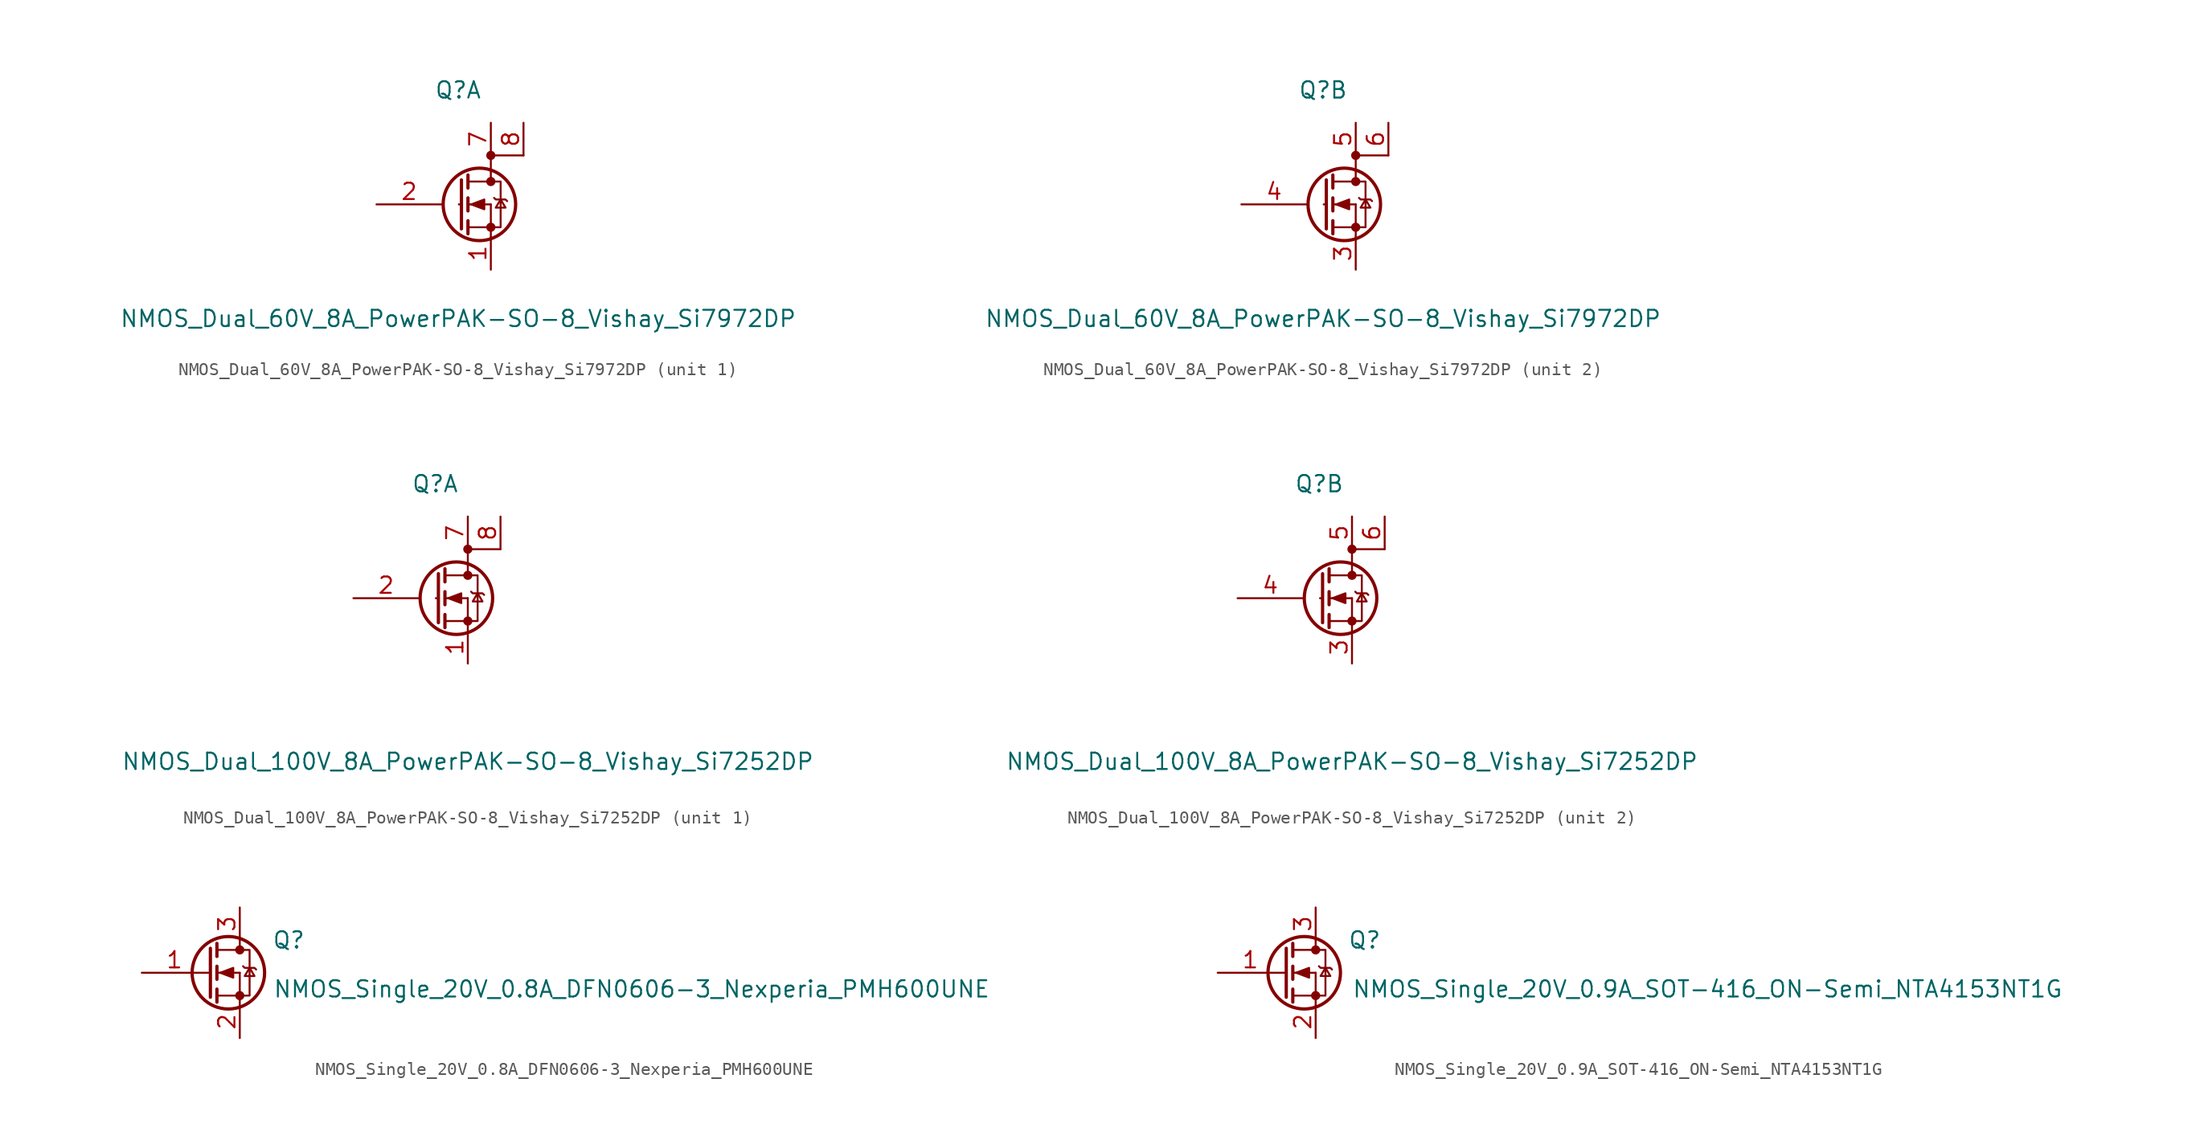
<source format=kicad_sym>
(kicad_symbol_lib
  (version 20211014)
  (generator kicad_symbol_editor)
  (symbol "NMOS_Dual_60V_8A_PowerPAK-SO-8_Vishay_Si7972DP"
    (pin_names
      (offset 1.27) hide)
    (property "Reference" "Q"
      (at 0 8.89 0)
      (effects (font (size 1.27 1.27))))
    (property "Value" "NMOS_Dual_60V_8A_PowerPAK-SO-8_Vishay_Si7972DP"
      (at 0 -8.89 0)
      (effects (font (size 1.27 1.27))))
    (property "ki_locked" ""
      (at 0 0 0)
      (effects (font (size 1.27 1.27))))
    (symbol "NMOS_Dual_60V_8A_PowerPAK-SO-8_Vishay_Si7972DP_1_1"
      (polyline (pts (xy 0.051 0) (xy 0.254 0)) (stroke (width 0) (type default) (color 0 0 0 0)) (fill (type none)))
      (polyline (pts (xy 0.762 -1.778) (xy 2.54 -1.778)) (stroke (width 0) (type default) (color 0 0 0 0)) (fill (type none)))
      (polyline (pts (xy 0.762 -1.27) (xy 0.762 -2.286)) (stroke (width 0.254) (type default) (color 0 0 0 0)) (fill (type none)))
      (polyline (pts (xy 0.762 0) (xy 2.54 0)) (stroke (width 0) (type default) (color 0 0 0 0)) (fill (type none)))
      (polyline (pts (xy 0.762 0.508) (xy 0.762 -0.508)) (stroke (width 0.254) (type default) (color 0 0 0 0)) (fill (type none)))
      (polyline (pts (xy 0.762 1.778) (xy 2.54 1.778)) (stroke (width 0) (type default) (color 0 0 0 0)) (fill (type none)))
      (polyline (pts (xy 0.762 2.286) (xy 0.762 1.27)) (stroke (width 0.254) (type default) (color 0 0 0 0)) (fill (type none)))
      (polyline (pts (xy 2.54 -1.778) (xy 2.54 -2.54)) (stroke (width 0) (type default) (color 0 0 0 0)) (fill (type none)))
      (polyline (pts (xy 2.54 -1.778) (xy 2.54 0)) (stroke (width 0) (type default) (color 0 0 0 0)) (fill (type none)))
      (polyline (pts (xy 2.54 2.54) (xy 2.54 1.778)) (stroke (width 0) (type default) (color 0 0 0 0)) (fill (type none)))
      (polyline (pts (xy 0.254 1.905) (xy 0.254 -1.905) (xy 0.254 -1.905)) (stroke (width 0.254) (type default) (color 0 0 0 0)) (fill (type none)))
      (polyline (pts (xy 1.016 0) (xy 2.032 0.381) (xy 2.032 -0.381) (xy 1.016 0)) (stroke (width 0) (type default) (color 0 0 0 0)) (fill (type outline)))
      (polyline (pts (xy 2.54 -1.778) (xy 3.302 -1.778) (xy 3.302 1.778) (xy 2.54 1.778)) (stroke (width 0) (type default) (color 0 0 0 0)) (fill (type none)))
      (polyline (pts (xy 2.794 0.508) (xy 2.921 0.381) (xy 3.683 0.381) (xy 3.81 0.254)) (stroke (width 0) (type default) (color 0 0 0 0)) (fill (type none)))
      (polyline (pts (xy 3.302 0.381) (xy 2.921 -0.254) (xy 3.683 -0.254) (xy 3.302 0.381)) (stroke (width 0) (type default) (color 0 0 0 0)) (fill (type none)))
      (polyline (pts (xy 5.08 3.81) (xy 2.54 3.81) (xy 2.54 2.54) (xy 2.54 3.81)) (stroke (width 0) (type default) (color 0 0 0 0)) (fill (type none)))
      (circle (center 1.651 0) (radius 2.819) (stroke (width 0.254) (type default) (color 0 0 0 0)) (fill (type none)))
      (circle (center 2.54 -1.778) (radius 0.279) (stroke (width 0) (type default) (color 0 0 0 0)) (fill (type outline)))
      (circle (center 2.54 1.778) (radius 0.279) (stroke (width 0) (type default) (color 0 0 0 0)) (fill (type outline)))
      (circle (center 2.54 3.81) (radius 0.279) (stroke (width 0) (type default) (color 0 0 0 0)) (fill (type outline)))
      (pin passive line (at 2.54 -5.08 90) (length 2.54) (name "S1" (effects (font (size 1.27 1.27)))) (number "1" (effects (font (size 1.27 1.27)))))
      (pin input line (at -6.35 0 0) (length 5.08) (name "G1" (effects (font (size 1.27 1.27)))) (number "2" (effects (font (size 1.27 1.27)))))
      (pin passive line (at 2.54 6.35 270) (length 2.54) (name "D1_1" (effects (font (size 1.27 1.27)))) (number "7" (effects (font (size 1.27 1.27)))))
      (pin passive line (at 5.08 6.35 270) (length 2.54) (name "D1_2" (effects (font (size 1.27 1.27)))) (number "8" (effects (font (size 1.27 1.27))))))
    (symbol "NMOS_Dual_60V_8A_PowerPAK-SO-8_Vishay_Si7972DP_2_1"
      (polyline (pts (xy 0.051 0) (xy 0.254 0)) (stroke (width 0) (type default) (color 0 0 0 0)) (fill (type none)))
      (polyline (pts (xy 0.762 -1.778) (xy 2.54 -1.778)) (stroke (width 0) (type default) (color 0 0 0 0)) (fill (type none)))
      (polyline (pts (xy 0.762 -1.27) (xy 0.762 -2.286)) (stroke (width 0.254) (type default) (color 0 0 0 0)) (fill (type none)))
      (polyline (pts (xy 0.762 0) (xy 2.54 0)) (stroke (width 0) (type default) (color 0 0 0 0)) (fill (type none)))
      (polyline (pts (xy 0.762 0.508) (xy 0.762 -0.508)) (stroke (width 0.254) (type default) (color 0 0 0 0)) (fill (type none)))
      (polyline (pts (xy 0.762 1.778) (xy 2.54 1.778)) (stroke (width 0) (type default) (color 0 0 0 0)) (fill (type none)))
      (polyline (pts (xy 0.762 2.286) (xy 0.762 1.27)) (stroke (width 0.254) (type default) (color 0 0 0 0)) (fill (type none)))
      (polyline (pts (xy 2.54 -1.778) (xy 2.54 -2.54)) (stroke (width 0) (type default) (color 0 0 0 0)) (fill (type none)))
      (polyline (pts (xy 2.54 -1.778) (xy 2.54 0)) (stroke (width 0) (type default) (color 0 0 0 0)) (fill (type none)))
      (polyline (pts (xy 2.54 2.54) (xy 2.54 1.778)) (stroke (width 0) (type default) (color 0 0 0 0)) (fill (type none)))
      (polyline (pts (xy 0.254 1.905) (xy 0.254 -1.905) (xy 0.254 -1.905)) (stroke (width 0.254) (type default) (color 0 0 0 0)) (fill (type none)))
      (polyline (pts (xy 1.016 0) (xy 2.032 0.381) (xy 2.032 -0.381) (xy 1.016 0)) (stroke (width 0) (type default) (color 0 0 0 0)) (fill (type outline)))
      (polyline (pts (xy 2.54 -1.778) (xy 3.302 -1.778) (xy 3.302 1.778) (xy 2.54 1.778)) (stroke (width 0) (type default) (color 0 0 0 0)) (fill (type none)))
      (polyline (pts (xy 2.794 0.508) (xy 2.921 0.381) (xy 3.683 0.381) (xy 3.81 0.254)) (stroke (width 0) (type default) (color 0 0 0 0)) (fill (type none)))
      (polyline (pts (xy 3.302 0.381) (xy 2.921 -0.254) (xy 3.683 -0.254) (xy 3.302 0.381)) (stroke (width 0) (type default) (color 0 0 0 0)) (fill (type none)))
      (polyline (pts (xy 5.08 3.81) (xy 2.54 3.81) (xy 2.54 2.54) (xy 2.54 3.81)) (stroke (width 0) (type default) (color 0 0 0 0)) (fill (type none)))
      (circle (center 1.651 0) (radius 2.819) (stroke (width 0.254) (type default) (color 0 0 0 0)) (fill (type none)))
      (circle (center 2.54 -1.778) (radius 0.279) (stroke (width 0) (type default) (color 0 0 0 0)) (fill (type outline)))
      (circle (center 2.54 1.778) (radius 0.279) (stroke (width 0) (type default) (color 0 0 0 0)) (fill (type outline)))
      (circle (center 2.54 3.81) (radius 0.279) (stroke (width 0) (type default) (color 0 0 0 0)) (fill (type outline)))
      (pin passive line (at 2.54 -5.08 90) (length 2.54) (name "S2" (effects (font (size 1.27 1.27)))) (number "3" (effects (font (size 1.27 1.27)))))
      (pin input line (at -6.35 0 0) (length 5.08) (name "G2" (effects (font (size 1.27 1.27)))) (number "4" (effects (font (size 1.27 1.27)))))
      (pin passive line (at 2.54 6.35 270) (length 2.54) (name "D2_1" (effects (font (size 1.27 1.27)))) (number "5" (effects (font (size 1.27 1.27)))))
      (pin passive line (at 5.08 6.35 270) (length 2.54) (name "D2_2" (effects (font (size 1.27 1.27)))) (number "6" (effects (font (size 1.27 1.27)))))))
  (symbol "NMOS_Dual_100V_8A_PowerPAK-SO-8_Vishay_Si7252DP"
    (pin_names
      (offset 1.27) hide)
    (property "Reference" "Q"
      (at 0 8.89 0)
      (effects (font (size 1.27 1.27))))
    (property "Value" "NMOS_Dual_100V_8A_PowerPAK-SO-8_Vishay_Si7252DP"
      (at 2.54 -12.7 0)
      (effects (font (size 1.27 1.27))))
    (property "ki_locked" ""
      (at 0 0 0)
      (effects (font (size 1.27 1.27))))
    (symbol "NMOS_Dual_100V_8A_PowerPAK-SO-8_Vishay_Si7252DP_1_1"
      (polyline (pts (xy 0.051 0) (xy 0.254 0)) (stroke (width 0) (type default) (color 0 0 0 0)) (fill (type none)))
      (polyline (pts (xy 0.762 -1.778) (xy 2.54 -1.778)) (stroke (width 0) (type default) (color 0 0 0 0)) (fill (type none)))
      (polyline (pts (xy 0.762 -1.27) (xy 0.762 -2.286)) (stroke (width 0.254) (type default) (color 0 0 0 0)) (fill (type none)))
      (polyline (pts (xy 0.762 0) (xy 2.54 0)) (stroke (width 0) (type default) (color 0 0 0 0)) (fill (type none)))
      (polyline (pts (xy 0.762 0.508) (xy 0.762 -0.508)) (stroke (width 0.254) (type default) (color 0 0 0 0)) (fill (type none)))
      (polyline (pts (xy 0.762 1.778) (xy 2.54 1.778)) (stroke (width 0) (type default) (color 0 0 0 0)) (fill (type none)))
      (polyline (pts (xy 0.762 2.286) (xy 0.762 1.27)) (stroke (width 0.254) (type default) (color 0 0 0 0)) (fill (type none)))
      (polyline (pts (xy 2.54 -1.778) (xy 2.54 -2.54)) (stroke (width 0) (type default) (color 0 0 0 0)) (fill (type none)))
      (polyline (pts (xy 2.54 -1.778) (xy 2.54 0)) (stroke (width 0) (type default) (color 0 0 0 0)) (fill (type none)))
      (polyline (pts (xy 2.54 2.54) (xy 2.54 1.778)) (stroke (width 0) (type default) (color 0 0 0 0)) (fill (type none)))
      (polyline (pts (xy 0.254 1.905) (xy 0.254 -1.905) (xy 0.254 -1.905)) (stroke (width 0.254) (type default) (color 0 0 0 0)) (fill (type none)))
      (polyline (pts (xy 1.016 0) (xy 2.032 0.381) (xy 2.032 -0.381) (xy 1.016 0)) (stroke (width 0) (type default) (color 0 0 0 0)) (fill (type outline)))
      (polyline (pts (xy 2.54 -1.778) (xy 3.302 -1.778) (xy 3.302 1.778) (xy 2.54 1.778)) (stroke (width 0) (type default) (color 0 0 0 0)) (fill (type none)))
      (polyline (pts (xy 2.794 0.508) (xy 2.921 0.381) (xy 3.683 0.381) (xy 3.81 0.254)) (stroke (width 0) (type default) (color 0 0 0 0)) (fill (type none)))
      (polyline (pts (xy 3.302 0.381) (xy 2.921 -0.254) (xy 3.683 -0.254) (xy 3.302 0.381)) (stroke (width 0) (type default) (color 0 0 0 0)) (fill (type none)))
      (polyline (pts (xy 5.08 3.81) (xy 2.54 3.81) (xy 2.54 2.54) (xy 2.54 3.81)) (stroke (width 0) (type default) (color 0 0 0 0)) (fill (type none)))
      (circle (center 1.651 0) (radius 2.819) (stroke (width 0.254) (type default) (color 0 0 0 0)) (fill (type none)))
      (circle (center 2.54 -1.778) (radius 0.279) (stroke (width 0) (type default) (color 0 0 0 0)) (fill (type outline)))
      (circle (center 2.54 1.778) (radius 0.279) (stroke (width 0) (type default) (color 0 0 0 0)) (fill (type outline)))
      (circle (center 2.54 3.81) (radius 0.279) (stroke (width 0) (type default) (color 0 0 0 0)) (fill (type outline)))
      (pin passive line (at 2.54 -5.08 90) (length 2.54) (name "S1" (effects (font (size 1.27 1.27)))) (number "1" (effects (font (size 1.27 1.27)))))
      (pin input line (at -6.35 0 0) (length 5.08) (name "G1" (effects (font (size 1.27 1.27)))) (number "2" (effects (font (size 1.27 1.27)))))
      (pin passive line (at 2.54 6.35 270) (length 2.54) (name "D1_1" (effects (font (size 1.27 1.27)))) (number "7" (effects (font (size 1.27 1.27)))))
      (pin passive line (at 5.08 6.35 270) (length 2.54) (name "D1_2" (effects (font (size 1.27 1.27)))) (number "8" (effects (font (size 1.27 1.27))))))
    (symbol "NMOS_Dual_100V_8A_PowerPAK-SO-8_Vishay_Si7252DP_2_1"
      (polyline (pts (xy 0.051 0) (xy 0.254 0)) (stroke (width 0) (type default) (color 0 0 0 0)) (fill (type none)))
      (polyline (pts (xy 0.762 -1.778) (xy 2.54 -1.778)) (stroke (width 0) (type default) (color 0 0 0 0)) (fill (type none)))
      (polyline (pts (xy 0.762 -1.27) (xy 0.762 -2.286)) (stroke (width 0.254) (type default) (color 0 0 0 0)) (fill (type none)))
      (polyline (pts (xy 0.762 0) (xy 2.54 0)) (stroke (width 0) (type default) (color 0 0 0 0)) (fill (type none)))
      (polyline (pts (xy 0.762 0.508) (xy 0.762 -0.508)) (stroke (width 0.254) (type default) (color 0 0 0 0)) (fill (type none)))
      (polyline (pts (xy 0.762 1.778) (xy 2.54 1.778)) (stroke (width 0) (type default) (color 0 0 0 0)) (fill (type none)))
      (polyline (pts (xy 0.762 2.286) (xy 0.762 1.27)) (stroke (width 0.254) (type default) (color 0 0 0 0)) (fill (type none)))
      (polyline (pts (xy 2.54 -1.778) (xy 2.54 -2.54)) (stroke (width 0) (type default) (color 0 0 0 0)) (fill (type none)))
      (polyline (pts (xy 2.54 -1.778) (xy 2.54 0)) (stroke (width 0) (type default) (color 0 0 0 0)) (fill (type none)))
      (polyline (pts (xy 2.54 2.54) (xy 2.54 1.778)) (stroke (width 0) (type default) (color 0 0 0 0)) (fill (type none)))
      (polyline (pts (xy 0.254 1.905) (xy 0.254 -1.905) (xy 0.254 -1.905)) (stroke (width 0.254) (type default) (color 0 0 0 0)) (fill (type none)))
      (polyline (pts (xy 1.016 0) (xy 2.032 0.381) (xy 2.032 -0.381) (xy 1.016 0)) (stroke (width 0) (type default) (color 0 0 0 0)) (fill (type outline)))
      (polyline (pts (xy 2.54 -1.778) (xy 3.302 -1.778) (xy 3.302 1.778) (xy 2.54 1.778)) (stroke (width 0) (type default) (color 0 0 0 0)) (fill (type none)))
      (polyline (pts (xy 2.794 0.508) (xy 2.921 0.381) (xy 3.683 0.381) (xy 3.81 0.254)) (stroke (width 0) (type default) (color 0 0 0 0)) (fill (type none)))
      (polyline (pts (xy 3.302 0.381) (xy 2.921 -0.254) (xy 3.683 -0.254) (xy 3.302 0.381)) (stroke (width 0) (type default) (color 0 0 0 0)) (fill (type none)))
      (polyline (pts (xy 5.08 3.81) (xy 2.54 3.81) (xy 2.54 2.54) (xy 2.54 3.81)) (stroke (width 0) (type default) (color 0 0 0 0)) (fill (type none)))
      (circle (center 1.651 0) (radius 2.819) (stroke (width 0.254) (type default) (color 0 0 0 0)) (fill (type none)))
      (circle (center 2.54 -1.778) (radius 0.279) (stroke (width 0) (type default) (color 0 0 0 0)) (fill (type outline)))
      (circle (center 2.54 1.778) (radius 0.279) (stroke (width 0) (type default) (color 0 0 0 0)) (fill (type outline)))
      (circle (center 2.54 3.81) (radius 0.279) (stroke (width 0) (type default) (color 0 0 0 0)) (fill (type outline)))
      (pin passive line (at 2.54 -5.08 90) (length 2.54) (name "S2" (effects (font (size 1.27 1.27)))) (number "3" (effects (font (size 1.27 1.27)))))
      (pin input line (at -6.35 0 0) (length 5.08) (name "G2" (effects (font (size 1.27 1.27)))) (number "4" (effects (font (size 1.27 1.27)))))
      (pin passive line (at 2.54 6.35 270) (length 2.54) (name "D2_1" (effects (font (size 1.27 1.27)))) (number "5" (effects (font (size 1.27 1.27)))))
      (pin passive line (at 5.08 6.35 270) (length 2.54) (name "D2_2" (effects (font (size 1.27 1.27)))) (number "6" (effects (font (size 1.27 1.27)))))))
  (symbol "NMOS_Single_20V_0.8A_DFN0606-3_Nexperia_PMH600UNE"
    (pin_names
      (offset 1.27) hide)
    (property "Reference" "Q"
      (at 6.35 2.54 0)
      (effects (font (size 1.27 1.27))))
    (property "Value" "NMOS_Single_20V_0.8A_DFN0606-3_Nexperia_PMH600UNE"
      (at 33.02 -1.27 0)
      (effects (font (size 1.27 1.27))))
    (symbol "NMOS_Single_20V_0.8A_DFN0606-3_Nexperia_PMH600UNE_1_1"
      (polyline (pts (xy 0.051 0) (xy 0.254 0)) (stroke (width 0) (type default) (color 0 0 0 0)) (fill (type none)))
      (polyline (pts (xy 0.762 -1.778) (xy 2.54 -1.778)) (stroke (width 0) (type default) (color 0 0 0 0)) (fill (type none)))
      (polyline (pts (xy 0.762 -1.27) (xy 0.762 -2.286)) (stroke (width 0.254) (type default) (color 0 0 0 0)) (fill (type none)))
      (polyline (pts (xy 0.762 0) (xy 2.54 0)) (stroke (width 0) (type default) (color 0 0 0 0)) (fill (type none)))
      (polyline (pts (xy 0.762 0.508) (xy 0.762 -0.508)) (stroke (width 0.254) (type default) (color 0 0 0 0)) (fill (type none)))
      (polyline (pts (xy 0.762 1.778) (xy 2.54 1.778)) (stroke (width 0) (type default) (color 0 0 0 0)) (fill (type none)))
      (polyline (pts (xy 0.762 2.286) (xy 0.762 1.27)) (stroke (width 0.254) (type default) (color 0 0 0 0)) (fill (type none)))
      (polyline (pts (xy 2.54 -1.778) (xy 2.54 -2.54)) (stroke (width 0) (type default) (color 0 0 0 0)) (fill (type none)))
      (polyline (pts (xy 2.54 -1.778) (xy 2.54 0)) (stroke (width 0) (type default) (color 0 0 0 0)) (fill (type none)))
      (polyline (pts (xy 2.54 2.54) (xy 2.54 1.778)) (stroke (width 0) (type default) (color 0 0 0 0)) (fill (type none)))
      (polyline (pts (xy 0.254 1.905) (xy 0.254 -1.905) (xy 0.254 -1.905)) (stroke (width 0.254) (type default) (color 0 0 0 0)) (fill (type none)))
      (polyline (pts (xy 1.016 0) (xy 2.032 0.381) (xy 2.032 -0.381) (xy 1.016 0)) (stroke (width 0) (type default) (color 0 0 0 0)) (fill (type outline)))
      (polyline (pts (xy 2.54 -1.778) (xy 3.302 -1.778) (xy 3.302 1.778) (xy 2.54 1.778)) (stroke (width 0) (type default) (color 0 0 0 0)) (fill (type none)))
      (polyline (pts (xy 2.794 0.508) (xy 2.921 0.381) (xy 3.683 0.381) (xy 3.81 0.254)) (stroke (width 0) (type default) (color 0 0 0 0)) (fill (type none)))
      (polyline (pts (xy 3.302 0.381) (xy 2.921 -0.254) (xy 3.683 -0.254) (xy 3.302 0.381)) (stroke (width 0) (type default) (color 0 0 0 0)) (fill (type none)))
      (circle (center 1.651 0) (radius 2.819) (stroke (width 0.254) (type default) (color 0 0 0 0)) (fill (type none)))
      (circle (center 2.54 -1.778) (radius 0.279) (stroke (width 0) (type default) (color 0 0 0 0)) (fill (type outline)))
      (circle (center 2.54 1.778) (radius 0.279) (stroke (width 0) (type default) (color 0 0 0 0)) (fill (type outline)))
      (pin input line (at -5.08 0 0) (length 5.08) (name "G" (effects (font (size 1.27 1.27)))) (number "1" (effects (font (size 1.27 1.27)))))
      (pin passive line (at 2.54 -5.08 90) (length 2.54) (name "S" (effects (font (size 1.27 1.27)))) (number "2" (effects (font (size 1.27 1.27)))))
      (pin passive line (at 2.54 5.08 270) (length 2.54) (name "D" (effects (font (size 1.27 1.27)))) (number "3" (effects (font (size 1.27 1.27)))))))
  (symbol "NMOS_Single_20V_0.9A_SOT-416_ON-Semi_NTA4153NT1G"
    (pin_names
      (offset 1.27) hide)
    (property "Reference" "Q"
      (at 6.35 2.54 0)
      (effects (font (size 1.27 1.27))))
    (property "Value" "NMOS_Single_20V_0.9A_SOT-416_ON-Semi_NTA4153NT1G"
      (at 33.02 -1.27 0)
      (effects (font (size 1.27 1.27))))
    (symbol "NMOS_Single_20V_0.9A_SOT-416_ON-Semi_NTA4153NT1G_1_1"
      (polyline (pts (xy 0.051 0) (xy 0.254 0)) (stroke (width 0) (type default) (color 0 0 0 0)) (fill (type none)))
      (polyline (pts (xy 0.762 -1.778) (xy 2.54 -1.778)) (stroke (width 0) (type default) (color 0 0 0 0)) (fill (type none)))
      (polyline (pts (xy 0.762 -1.27) (xy 0.762 -2.286)) (stroke (width 0.254) (type default) (color 0 0 0 0)) (fill (type none)))
      (polyline (pts (xy 0.762 0) (xy 2.54 0)) (stroke (width 0) (type default) (color 0 0 0 0)) (fill (type none)))
      (polyline (pts (xy 0.762 0.508) (xy 0.762 -0.508)) (stroke (width 0.254) (type default) (color 0 0 0 0)) (fill (type none)))
      (polyline (pts (xy 0.762 1.778) (xy 2.54 1.778)) (stroke (width 0) (type default) (color 0 0 0 0)) (fill (type none)))
      (polyline (pts (xy 0.762 2.286) (xy 0.762 1.27)) (stroke (width 0.254) (type default) (color 0 0 0 0)) (fill (type none)))
      (polyline (pts (xy 2.54 -1.778) (xy 2.54 -2.54)) (stroke (width 0) (type default) (color 0 0 0 0)) (fill (type none)))
      (polyline (pts (xy 2.54 -1.778) (xy 2.54 0)) (stroke (width 0) (type default) (color 0 0 0 0)) (fill (type none)))
      (polyline (pts (xy 2.54 2.54) (xy 2.54 1.778)) (stroke (width 0) (type default) (color 0 0 0 0)) (fill (type none)))
      (polyline (pts (xy 0.254 1.905) (xy 0.254 -1.905) (xy 0.254 -1.905)) (stroke (width 0.254) (type default) (color 0 0 0 0)) (fill (type none)))
      (polyline (pts (xy 1.016 0) (xy 2.032 0.381) (xy 2.032 -0.381) (xy 1.016 0)) (stroke (width 0) (type default) (color 0 0 0 0)) (fill (type outline)))
      (polyline (pts (xy 2.54 -1.778) (xy 3.302 -1.778) (xy 3.302 1.778) (xy 2.54 1.778)) (stroke (width 0) (type default) (color 0 0 0 0)) (fill (type none)))
      (polyline (pts (xy 2.794 0.508) (xy 2.921 0.381) (xy 3.683 0.381) (xy 3.81 0.254)) (stroke (width 0) (type default) (color 0 0 0 0)) (fill (type none)))
      (polyline (pts (xy 3.302 0.381) (xy 2.921 -0.254) (xy 3.683 -0.254) (xy 3.302 0.381)) (stroke (width 0) (type default) (color 0 0 0 0)) (fill (type none)))
      (circle (center 1.651 0) (radius 2.819) (stroke (width 0.254) (type default) (color 0 0 0 0)) (fill (type none)))
      (circle (center 2.54 -1.778) (radius 0.279) (stroke (width 0) (type default) (color 0 0 0 0)) (fill (type outline)))
      (circle (center 2.54 1.778) (radius 0.279) (stroke (width 0) (type default) (color 0 0 0 0)) (fill (type outline)))
      (pin input line (at -5.08 0 0) (length 5.08) (name "G" (effects (font (size 1.27 1.27)))) (number "1" (effects (font (size 1.27 1.27)))))
      (pin passive line (at 2.54 -5.08 90) (length 2.54) (name "S" (effects (font (size 1.27 1.27)))) (number "2" (effects (font (size 1.27 1.27)))))
      (pin passive line (at 2.54 5.08 270) (length 2.54) (name "D" (effects (font (size 1.27 1.27)))) (number "3" (effects (font (size 1.27 1.27))))))))
</source>
